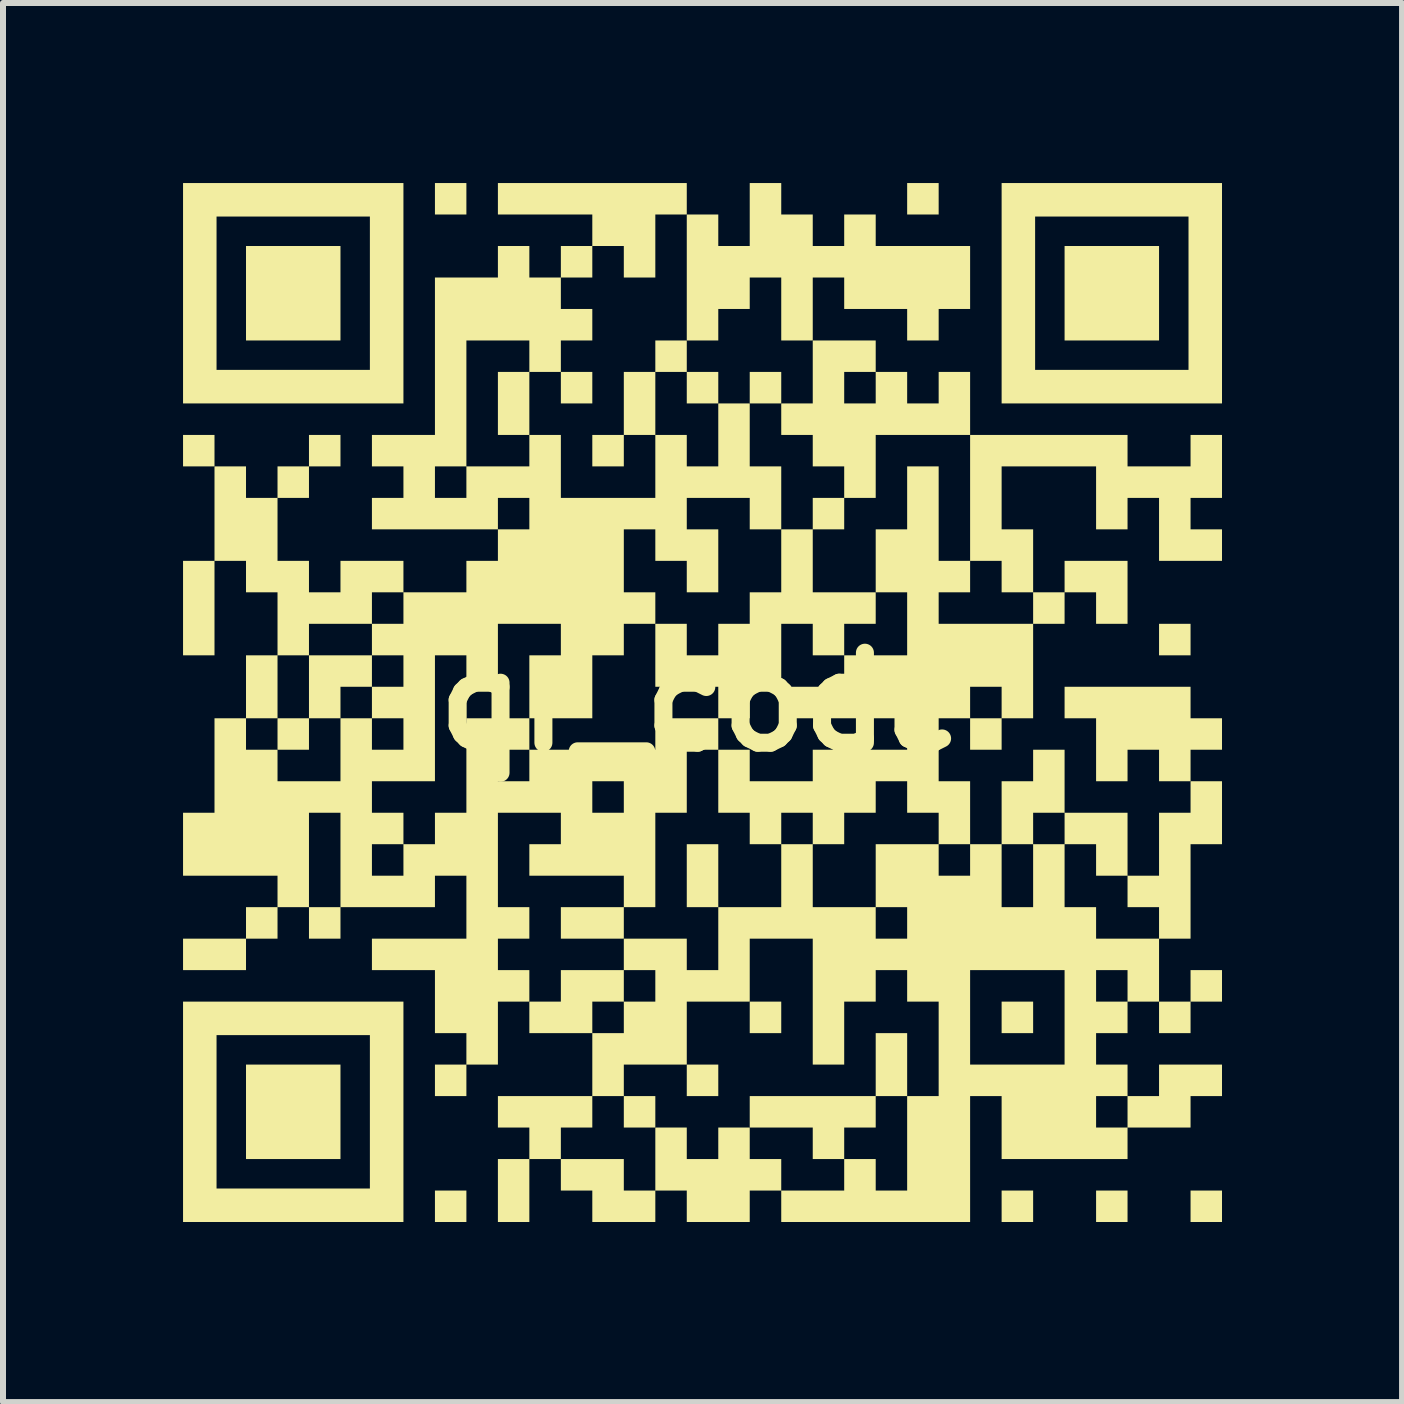
<source format=kicad_pcb>
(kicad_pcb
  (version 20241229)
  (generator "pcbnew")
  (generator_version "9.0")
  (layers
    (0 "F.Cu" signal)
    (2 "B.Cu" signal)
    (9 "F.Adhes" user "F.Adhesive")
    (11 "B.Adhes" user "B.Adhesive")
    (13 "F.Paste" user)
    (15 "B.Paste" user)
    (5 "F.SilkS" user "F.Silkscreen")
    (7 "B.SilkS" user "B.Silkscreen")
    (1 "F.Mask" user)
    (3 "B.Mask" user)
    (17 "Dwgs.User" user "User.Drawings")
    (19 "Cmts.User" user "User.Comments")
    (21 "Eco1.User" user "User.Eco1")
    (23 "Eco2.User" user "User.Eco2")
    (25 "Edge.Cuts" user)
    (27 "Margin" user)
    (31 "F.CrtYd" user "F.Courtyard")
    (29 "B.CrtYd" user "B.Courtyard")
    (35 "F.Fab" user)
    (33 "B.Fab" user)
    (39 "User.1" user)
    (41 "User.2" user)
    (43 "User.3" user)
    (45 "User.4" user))
  (footprint "qr_code"
    (layer "F.Cu")
    (at 8.647 8.647)
    (property "Reference" "qr_code" (at 0 0 0) (layer "F.SilkS") (effects (font (size 1.5 1.5) (thickness 0.3))))
    (attr board_only exclude_from_pos_files exclude_from_bom)
    (fp_poly (pts (xy -8.123 -4.188) (xy -8.123 -3.926) (xy -8.385 -3.926) (xy -8.647 -3.926) (xy -8.647 -4.188) (xy -8.647 -4.45) (xy -8.385 -4.45) (xy -8.123 -4.45)) (stroke (width 0) (type solid)) (fill yes) (layer "F.SilkS"))
    (fp_poly (pts (xy -6.024 -6.811) (xy -6.024 -6.024) (xy -6.811 -6.024) (xy -7.598 -6.024) (xy -7.598 -6.811) (xy -7.598 -7.598) (xy -6.811 -7.598) (xy -6.024 -7.598)) (stroke (width 0) (type solid)) (fill yes) (layer "F.SilkS"))
    (fp_poly (pts (xy -6.024 6.828) (xy -6.024 7.615) (xy -6.811 7.615) (xy -7.598 7.615) (xy -7.598 6.828) (xy -7.598 6.041) (xy -6.811 6.041) (xy -6.024 6.041)) (stroke (width 0) (type solid)) (fill yes) (layer "F.SilkS"))
    (fp_poly (pts (xy -3.926 -8.385) (xy -3.926 -8.123) (xy -4.188 -8.123) (xy -4.45 -8.123) (xy -4.45 -8.385) (xy -4.45 -8.647) (xy -4.188 -8.647) (xy -3.926 -8.647)) (stroke (width 0) (type solid)) (fill yes) (layer "F.SilkS"))
    (fp_poly (pts (xy -3.926 8.402) (xy -3.926 8.664) (xy -4.188 8.664) (xy -4.45 8.664) (xy -4.45 8.402) (xy -4.45 8.14) (xy -4.188 8.14) (xy -3.926 8.14)) (stroke (width 0) (type solid)) (fill yes) (layer "F.SilkS"))
    (fp_poly (pts (xy -2.877 -4.975) (xy -2.877 -4.45) (xy -3.139 -4.45) (xy -3.401 -4.45) (xy -3.401 -4.975) (xy -3.401 -5.5) (xy -3.139 -5.5) (xy -2.877 -5.5)) (stroke (width 0) (type solid)) (fill yes) (layer "F.SilkS"))
    (fp_poly (pts (xy -1.828 -5.237) (xy -1.828 -4.975) (xy -2.09 -4.975) (xy -2.352 -4.975) (xy -2.352 -5.237) (xy -2.352 -5.5) (xy -2.09 -5.5) (xy -1.828 -5.5)) (stroke (width 0) (type solid)) (fill yes) (layer "F.SilkS"))
    (fp_poly (pts (xy -1.303 3.681) (xy -1.303 3.943) (xy -1.828 3.943) (xy -2.352 3.943) (xy -2.352 3.681) (xy -2.352 3.418) (xy -1.828 3.418) (xy -1.303 3.418)) (stroke (width 0) (type solid)) (fill yes) (layer "F.SilkS"))
    (fp_poly (pts (xy -0.778 6.828) (xy -0.778 7.09) (xy -1.041 7.09) (xy -1.303 7.09) (xy -1.303 6.828) (xy -1.303 6.566) (xy -1.041 6.566) (xy -0.778 6.566)) (stroke (width 0) (type solid)) (fill yes) (layer "F.SilkS"))
    (fp_poly (pts (xy 0.271 -5.237) (xy 0.271 -4.975) (xy 0.008 -4.975) (xy -0.254 -4.975) (xy -0.254 -5.237) (xy -0.254 -5.5) (xy 0.008 -5.5) (xy 0.271 -5.5)) (stroke (width 0) (type solid)) (fill yes) (layer "F.SilkS"))
    (fp_poly (pts (xy 0.271 2.894) (xy 0.271 3.418) (xy 0.008 3.418) (xy -0.254 3.418) (xy -0.254 2.894) (xy -0.254 2.369) (xy 0.008 2.369) (xy 0.271 2.369)) (stroke (width 0) (type solid)) (fill yes) (layer "F.SilkS"))
    (fp_poly (pts (xy 0.271 6.303) (xy 0.271 6.566) (xy 0.008 6.566) (xy -0.254 6.566) (xy -0.254 6.303) (xy -0.254 6.041) (xy 0.008 6.041) (xy 0.271 6.041)) (stroke (width 0) (type solid)) (fill yes) (layer "F.SilkS"))
    (fp_poly (pts (xy 1.32 -5.237) (xy 1.32 -4.975) (xy 1.058 -4.975) (xy 0.795 -4.975) (xy 0.795 -5.237) (xy 0.795 -5.5) (xy 1.058 -5.5) (xy 1.32 -5.5)) (stroke (width 0) (type solid)) (fill yes) (layer "F.SilkS"))
    (fp_poly (pts (xy 1.32 5.254) (xy 1.32 5.517) (xy 1.058 5.517) (xy 0.795 5.517) (xy 0.795 5.254) (xy 0.795 4.992) (xy 1.058 4.992) (xy 1.32 4.992)) (stroke (width 0) (type solid)) (fill yes) (layer "F.SilkS"))
    (fp_poly (pts (xy 3.943 -8.385) (xy 3.943 -8.123) (xy 3.681 -8.123) (xy 3.418 -8.123) (xy 3.418 -8.385) (xy 3.418 -8.647) (xy 3.681 -8.647) (xy 3.943 -8.647)) (stroke (width 0) (type solid)) (fill yes) (layer "F.SilkS"))
    (fp_poly (pts (xy 5.517 5.254) (xy 5.517 5.517) (xy 5.254 5.517) (xy 4.992 5.517) (xy 4.992 5.254) (xy 4.992 4.992) (xy 5.254 4.992) (xy 5.517 4.992)) (stroke (width 0) (type solid)) (fill yes) (layer "F.SilkS"))
    (fp_poly (pts (xy 5.517 8.402) (xy 5.517 8.664) (xy 5.254 8.664) (xy 4.992 8.664) (xy 4.992 8.402) (xy 4.992 8.14) (xy 5.254 8.14) (xy 5.517 8.14)) (stroke (width 0) (type solid)) (fill yes) (layer "F.SilkS"))
    (fp_poly (pts (xy 7.09 8.402) (xy 7.09 8.664) (xy 6.828 8.664) (xy 6.566 8.664) (xy 6.566 8.402) (xy 6.566 8.14) (xy 6.828 8.14) (xy 7.09 8.14)) (stroke (width 0) (type solid)) (fill yes) (layer "F.SilkS"))
    (fp_poly (pts (xy 7.615 -6.811) (xy 7.615 -6.024) (xy 6.828 -6.024) (xy 6.041 -6.024) (xy 6.041 -6.811) (xy 6.041 -7.598) (xy 6.828 -7.598) (xy 7.615 -7.598)) (stroke (width 0) (type solid)) (fill yes) (layer "F.SilkS"))
    (fp_poly (pts (xy 8.14 -1.041) (xy 8.14 -0.778) (xy 7.877 -0.778) (xy 7.615 -0.778) (xy 7.615 -1.041) (xy 7.615 -1.303) (xy 7.877 -1.303) (xy 8.14 -1.303)) (stroke (width 0) (type solid)) (fill yes) (layer "F.SilkS"))
    (fp_poly (pts (xy 8.664 8.402) (xy 8.664 8.664) (xy 8.402 8.664) (xy 8.14 8.664) (xy 8.14 8.402) (xy 8.14 8.14) (xy 8.402 8.14) (xy 8.664 8.14)) (stroke (width 0) (type solid)) (fill yes) (layer "F.SilkS"))
    (fp_poly (pts (xy -4.975 -6.811) (xy -4.975 -4.975) (xy -6.811 -4.975) (xy -8.647 -4.975) (xy -8.647 -6.811) (xy -8.089 -6.811) (xy -8.089 -5.534) (xy -6.811 -5.534) (xy -5.534 -5.534) (xy -5.534 -6.811) (xy -5.534 -8.089) (xy -6.811 -8.089) (xy -8.089 -8.089) (xy -8.089 -6.811) (xy -8.647 -6.811) (xy -8.647 -8.647) (xy -6.811 -8.647) (xy -4.975 -8.647)) (stroke (width 0) (type solid)) (fill yes) (layer "F.SilkS"))
    (fp_poly (pts (xy -4.975 6.828) (xy -4.975 8.664) (xy -6.811 8.664) (xy -8.647 8.664) (xy -8.647 6.828) (xy -8.089 6.828) (xy -8.089 8.106) (xy -6.811 8.106) (xy -5.534 8.106) (xy -5.534 6.828) (xy -5.534 5.55) (xy -6.811 5.55) (xy -8.089 5.55) (xy -8.089 6.828) (xy -8.647 6.828) (xy -8.647 4.992) (xy -6.811 4.992) (xy -4.975 4.992)) (stroke (width 0) (type solid)) (fill yes) (layer "F.SilkS"))
    (fp_poly (pts (xy 8.664 -6.811) (xy 8.664 -4.975) (xy 6.828 -4.975) (xy 4.992 -4.975) (xy 4.992 -6.811) (xy 5.55 -6.811) (xy 5.55 -5.534) (xy 6.828 -5.534) (xy 8.106 -5.534) (xy 8.106 -6.811) (xy 8.106 -8.089) (xy 6.828 -8.089) (xy 5.55 -8.089) (xy 5.55 -6.811) (xy 4.992 -6.811) (xy 4.992 -8.647) (xy 6.828 -8.647) (xy 8.664 -8.647)) (stroke (width 0) (type solid)) (fill yes) (layer "F.SilkS"))
    (fp_poly (pts (xy -5.5 -0.516) (xy -5.5 -0.254) (xy -5.762 -0.254) (xy -6.024 -0.254) (xy -6.024 0.008) (xy -6.024 0.271) (xy -6.287 0.271) (xy -6.549 0.271) (xy -6.549 0.533) (xy -6.549 0.795) (xy -6.811 0.795) (xy -7.073 0.795) (xy -7.073 0.533) (xy -7.073 0.271) (xy -6.811 0.271) (xy -6.549 0.271) (xy -6.549 -0.254) (xy -6.549 -0.778) (xy -6.024 -0.778) (xy -5.5 -0.778)) (stroke (width 0) (type solid)) (fill yes) (layer "F.SilkS"))
    (fp_poly (pts (xy -0.254 -5.762) (xy -0.254 -5.5) (xy -0.516 -5.5) (xy -0.778 -5.5) (xy -0.778 -4.975) (xy -0.778 -4.45) (xy -1.041 -4.45) (xy -1.303 -4.45) (xy -1.303 -4.188) (xy -1.303 -3.926) (xy -1.565 -3.926) (xy -1.828 -3.926) (xy -1.828 -4.188) (xy -1.828 -4.45) (xy -1.565 -4.45) (xy -1.303 -4.45) (xy -1.303 -4.975) (xy -1.303 -5.5) (xy -1.041 -5.5) (xy -0.778 -5.5) (xy -0.778 -5.762) (xy -0.778 -6.024) (xy -0.516 -6.024) (xy -0.254 -6.024)) (stroke (width 0) (type solid)) (fill yes) (layer "F.SilkS"))
    (fp_poly (pts (xy 3.418 6.041) (xy 3.418 6.566) (xy 3.156 6.566) (xy 2.894 6.566) (xy 2.894 6.828) (xy 2.894 7.09) (xy 2.631 7.09) (xy 2.369 7.09) (xy 2.369 7.353) (xy 2.369 7.615) (xy 2.107 7.615) (xy 1.845 7.615) (xy 1.845 7.353) (xy 1.845 7.09) (xy 1.32 7.09) (xy 0.795 7.09) (xy 0.795 6.828) (xy 0.795 6.566) (xy 1.845 6.566) (xy 2.894 6.566) (xy 2.894 6.041) (xy 2.894 5.517) (xy 3.156 5.517) (xy 3.418 5.517)) (stroke (width 0) (type solid)) (fill yes) (layer "F.SilkS"))
    (fp_poly (pts (xy 8.14 0.008) (xy 8.14 0.271) (xy 8.402 0.271) (xy 8.664 0.271) (xy 8.664 0.533) (xy 8.664 0.795) (xy 8.402 0.795) (xy 8.14 0.795) (xy 8.14 1.058) (xy 8.14 1.32) (xy 7.877 1.32) (xy 7.615 1.32) (xy 7.615 1.058) (xy 7.615 0.795) (xy 7.353 0.795) (xy 7.09 0.795) (xy 7.09 1.058) (xy 7.09 1.32) (xy 6.828 1.32) (xy 6.566 1.32) (xy 6.566 0.795) (xy 6.566 0.271) (xy 6.303 0.271) (xy 6.041 0.271) (xy 6.041 0.008) (xy 6.041 -0.254) (xy 7.09 -0.254) (xy 8.14 -0.254)) (stroke (width 0) (type solid)) (fill yes) (layer "F.SilkS"))
    (fp_poly (pts (xy 2.894 -5.762) (xy 2.894 -5.5) (xy 2.631 -5.5) (xy 2.369 -5.5) (xy 2.369 -5.237) (xy 2.369 -4.975) (xy 2.631 -4.975) (xy 2.894 -4.975) (xy 2.894 -5.237) (xy 2.894 -5.5) (xy 3.156 -5.5) (xy 3.418 -5.5) (xy 3.418 -5.237) (xy 3.418 -4.975) (xy 3.681 -4.975) (xy 3.943 -4.975) (xy 3.943 -5.237) (xy 3.943 -5.5) (xy 4.205 -5.5) (xy 4.467 -5.5) (xy 4.467 -4.975) (xy 4.467 -4.45) (xy 3.681 -4.45) (xy 2.894 -4.45) (xy 2.894 -3.926) (xy 2.894 -3.401) (xy 2.631 -3.401) (xy 2.369 -3.401) (xy 2.369 -3.664) (xy 2.369 -3.926) (xy 2.107 -3.926) (xy 1.845 -3.926) (xy 1.845 -4.188) (xy 1.845 -4.45) (xy 1.582 -4.45) (xy 1.32 -4.45) (xy 1.32 -4.713) (xy 1.32 -4.975) (xy 1.582 -4.975) (xy 1.845 -4.975) (xy 1.845 -5.5) (xy 1.845 -6.024) (xy 2.369 -6.024) (xy 2.894 -6.024)) (stroke (width 0) (type solid)) (fill yes) (layer "F.SilkS"))
    (fp_poly (pts (xy 2.369 -3.139) (xy 2.369 -2.877) (xy 2.107 -2.877) (xy 1.845 -2.877) (xy 1.845 -2.352) (xy 1.845 -1.828) (xy 2.369 -1.828) (xy 2.894 -1.828) (xy 2.894 -1.565) (xy 2.894 -1.303) (xy 2.631 -1.303) (xy 2.369 -1.303) (xy 2.369 -1.041) (xy 2.369 -0.778) (xy 2.107 -0.778) (xy 1.845 -0.778) (xy 1.845 -1.041) (xy 1.845 -1.303) (xy 1.582 -1.303) (xy 1.32 -1.303) (xy 1.32 -0.778) (xy 1.32 -0.254) (xy 1.058 -0.254) (xy 0.795 -0.254) (xy 0.795 0.008) (xy 0.795 0.271) (xy 0.533 0.271) (xy 0.271 0.271) (xy 0.271 0.008) (xy 0.271 -0.254) (xy -0.254 -0.254) (xy -0.778 -0.254) (xy -0.778 -0.778) (xy -0.778 -1.303) (xy -0.516 -1.303) (xy -0.254 -1.303) (xy -0.254 -1.041) (xy -0.254 -0.778) (xy 0.008 -0.778) (xy 0.271 -0.778) (xy 0.271 -1.041) (xy 0.271 -1.303) (xy 0.533 -1.303) (xy 0.795 -1.303) (xy 0.795 -1.565) (xy 0.795 -1.828) (xy 1.058 -1.828) (xy 1.32 -1.828) (xy 1.32 -2.352) (xy 1.32 -2.877) (xy 1.582 -2.877) (xy 1.845 -2.877) (xy 1.845 -3.139) (xy 1.845 -3.401) (xy 2.107 -3.401) (xy 2.369 -3.401)) (stroke (width 0) (type solid)) (fill yes) (layer "F.SilkS"))
    (fp_poly (pts (xy 1.32 -8.385) (xy 1.32 -8.123) (xy 1.582 -8.123) (xy 1.845 -8.123) (xy 1.845 -7.86) (xy 1.845 -7.598) (xy 2.107 -7.598) (xy 2.369 -7.598) (xy 2.369 -7.86) (xy 2.369 -8.123) (xy 2.631 -8.123) (xy 2.894 -8.123) (xy 2.894 -7.86) (xy 2.894 -7.598) (xy 3.681 -7.598) (xy 4.467 -7.598) (xy 4.467 -7.073) (xy 4.467 -6.549) (xy 4.205 -6.549) (xy 3.943 -6.549) (xy 3.943 -6.287) (xy 3.943 -6.024) (xy 3.681 -6.024) (xy 3.418 -6.024) (xy 3.418 -6.287) (xy 3.418 -6.549) (xy 2.894 -6.549) (xy 2.369 -6.549) (xy 2.369 -6.811) (xy 2.369 -7.073) (xy 2.107 -7.073) (xy 1.845 -7.073) (xy 1.845 -6.549) (xy 1.845 -6.024) (xy 1.582 -6.024) (xy 1.32 -6.024) (xy 1.32 -6.549) (xy 1.32 -7.073) (xy 1.058 -7.073) (xy 0.795 -7.073) (xy 0.795 -6.811) (xy 0.795 -6.549) (xy 0.533 -6.549) (xy 0.271 -6.549) (xy 0.271 -6.287) (xy 0.271 -6.024) (xy 0.008 -6.024) (xy -0.254 -6.024) (xy -0.254 -7.073) (xy -0.254 -8.123) (xy 0.008 -8.123) (xy 0.271 -8.123) (xy 0.271 -7.86) (xy 0.271 -7.598) (xy 0.533 -7.598) (xy 0.795 -7.598) (xy 0.795 -8.123) (xy 0.795 -8.647) (xy 1.058 -8.647) (xy 1.32 -8.647)) (stroke (width 0) (type solid)) (fill yes) (layer "F.SilkS"))
    (fp_poly (pts (xy -0.254 -8.385) (xy -0.254 -8.123) (xy -0.516 -8.123) (xy -0.778 -8.123) (xy -0.778 -7.598) (xy -0.778 -7.073) (xy -1.041 -7.073) (xy -1.303 -7.073) (xy -1.303 -7.336) (xy -1.303 -7.598) (xy -1.565 -7.598) (xy -1.828 -7.598) (xy -1.828 -7.336) (xy -1.828 -7.073) (xy -2.09 -7.073) (xy -2.352 -7.073) (xy -2.352 -6.811) (xy -2.352 -6.549) (xy -2.09 -6.549) (xy -1.828 -6.549) (xy -1.828 -6.287) (xy -1.828 -6.024) (xy -2.09 -6.024) (xy -2.352 -6.024) (xy -2.352 -5.762) (xy -2.352 -5.5) (xy -2.614 -5.5) (xy -2.877 -5.5) (xy -2.877 -5.762) (xy -2.877 -6.024) (xy -3.401 -6.024) (xy -3.926 -6.024) (xy -3.926 -4.975) (xy -3.926 -3.926) (xy -4.188 -3.926) (xy -4.45 -3.926) (xy -4.45 -3.664) (xy -4.45 -3.401) (xy -4.188 -3.401) (xy -3.926 -3.401) (xy -3.926 -3.664) (xy -3.926 -3.926) (xy -3.401 -3.926) (xy -2.877 -3.926) (xy -2.877 -4.188) (xy -2.877 -4.45) (xy -2.614 -4.45) (xy -2.352 -4.45) (xy -2.352 -3.926) (xy -2.352 -3.401) (xy -1.565 -3.401) (xy -0.778 -3.401) (xy -0.778 -3.926) (xy -0.778 -4.45) (xy -0.516 -4.45) (xy -0.254 -4.45) (xy -0.254 -4.188) (xy -0.254 -3.926) (xy 0.008 -3.926) (xy 0.271 -3.926) (xy 0.271 -4.45) (xy 0.271 -4.975) (xy 0.533 -4.975) (xy 0.795 -4.975) (xy 0.795 -4.45) (xy 0.795 -3.926) (xy 1.058 -3.926) (xy 1.32 -3.926) (xy 1.32 -3.401) (xy 1.32 -2.877) (xy 1.058 -2.877) (xy 0.795 -2.877) (xy 0.795 -3.139) (xy 0.795 -3.401) (xy 0.271 -3.401) (xy -0.254 -3.401) (xy -0.254 -3.139) (xy -0.254 -2.877) (xy 0.008 -2.877) (xy 0.271 -2.877) (xy 0.271 -2.352) (xy 0.271 -1.828) (xy 0.008 -1.828) (xy -0.254 -1.828) (xy -0.254 -2.09) (xy -0.254 -2.352) (xy -0.516 -2.352) (xy -0.778 -2.352) (xy -0.778 -2.614) (xy -0.778 -2.877) (xy -1.041 -2.877) (xy -1.303 -2.877) (xy -1.303 -2.352) (xy -1.303 -1.828) (xy -1.041 -1.828) (xy -0.778 -1.828) (xy -0.778 -1.565) (xy -0.778 -1.303) (xy -1.041 -1.303) (xy -1.303 -1.303) (xy -1.303 -1.041) (xy -1.303 -0.778) (xy -1.565 -0.778) (xy -1.828 -0.778) (xy -1.828 -0.254) (xy -1.828 0.271) (xy -2.352 0.271) (xy -2.877 0.271) (xy -2.877 -0.254) (xy -2.877 -0.778) (xy -2.614 -0.778) (xy -2.352 -0.778) (xy -2.352 -1.041) (xy -2.352 -1.303) (xy -2.877 -1.303) (xy -3.401 -1.303) (xy -3.401 -0.778) (xy -3.401 -0.254) (xy -3.664 -0.254) (xy -3.926 -0.254) (xy -3.926 -0.516) (xy -3.926 -0.778) (xy -4.188 -0.778) (xy -4.45 -0.778) (xy -4.45 0.271) (xy -4.45 1.32) (xy -4.975 1.32) (xy -5.5 1.32) (xy -5.5 1.582) (xy -5.5 1.845) (xy -5.237 1.845) (xy -4.975 1.845) (xy -4.975 2.107) (xy -4.975 2.369) (xy -5.237 2.369) (xy -5.5 2.369) (xy -5.5 2.631) (xy -5.5 2.894) (xy -5.237 2.894) (xy -4.975 2.894) (xy -4.975 2.631) (xy -4.975 2.369) (xy -4.713 2.369) (xy -4.45 2.369) (xy -4.45 2.107) (xy -4.45 1.845) (xy -4.188 1.845) (xy -3.926 1.845) (xy -3.926 1.582) (xy -1.828 1.582) (xy -1.828 1.845) (xy -1.565 1.845) (xy -1.303 1.845) (xy -1.303 1.582) (xy -1.303 1.32) (xy -1.565 1.32) (xy -1.828 1.32) (xy -1.828 1.582) (xy -3.926 1.582) (xy -3.926 1.058) (xy -3.926 0.271) (xy -3.401 0.271) (xy -2.877 0.271) (xy -2.877 0.533) (xy -2.877 0.795) (xy -3.139 0.795) (xy -3.401 0.795) (xy -3.401 1.058) (xy -3.401 1.32) (xy -3.139 1.32) (xy -2.877 1.32) (xy -2.877 1.058) (xy -2.877 0.795) (xy -1.828 0.795) (xy -0.778 0.795) (xy -0.778 0.533) (xy -0.778 0.271) (xy -0.254 0.271) (xy 0.271 0.271) (xy 0.271 0.533) (xy 0.271 0.795) (xy 0.008 0.795) (xy -0.254 0.795) (xy -0.254 1.32) (xy -0.254 1.845) (xy -0.516 1.845) (xy -0.778 1.845) (xy -0.778 2.631) (xy -0.778 3.418) (xy -1.041 3.418) (xy -1.303 3.418) (xy -1.303 3.156) (xy -1.303 2.894) (xy -2.09 2.894) (xy -2.877 2.894) (xy -2.877 2.631) (xy -2.877 2.369) (xy -2.614 2.369) (xy -2.352 2.369) (xy -2.352 2.107) (xy -2.352 1.845) (xy -2.877 1.845) (xy -3.401 1.845) (xy -3.401 2.631) (xy -3.401 3.418) (xy -3.139 3.418) (xy -2.877 3.418) (xy -2.877 3.681) (xy -2.877 3.943) (xy -3.139 3.943) (xy -3.401 3.943) (xy -3.401 4.205) (xy -3.401 4.467) (xy -3.139 4.467) (xy -2.877 4.467) (xy -2.877 4.73) (xy -2.877 4.992) (xy -2.614 4.992) (xy -2.352 4.992) (xy -1.828 4.992) (xy -1.828 5.254) (xy -1.828 5.517) (xy -1.565 5.517) (xy -1.303 5.517) (xy -1.303 5.254) (xy -1.303 4.992) (xy -1.041 4.992) (xy -0.778 4.992) (xy -0.778 4.73) (xy -0.778 4.467) (xy -1.041 4.467) (xy -1.303 4.467) (xy -1.303 4.73) (xy -1.303 4.992) (xy -1.565 4.992) (xy -1.828 4.992) (xy -2.352 4.992) (xy -2.352 4.73) (xy -2.352 4.467) (xy -1.828 4.467) (xy -1.303 4.467) (xy -1.303 4.205) (xy -1.303 3.943) (xy -0.778 3.943) (xy -0.254 3.943) (xy -0.254 4.205) (xy -0.254 4.467) (xy 0.008 4.467) (xy 0.271 4.467) (xy 0.271 3.943) (xy 0.271 3.681) (xy 2.894 3.681) (xy 2.894 3.943) (xy 3.156 3.943) (xy 3.418 3.943) (xy 3.418 3.681) (xy 3.418 3.418) (xy 3.156 3.418) (xy 2.894 3.418) (xy 2.894 3.681) (xy 0.271 3.681) (xy 0.271 3.418) (xy 0.795 3.418) (xy 1.32 3.418) (xy 1.32 2.894) (xy 1.32 2.369) (xy 1.582 2.369) (xy 1.845 2.369) (xy 1.845 2.894) (xy 1.845 3.418) (xy 2.369 3.418) (xy 2.894 3.418) (xy 2.894 2.894) (xy 2.894 2.631) (xy 3.943 2.631) (xy 3.943 2.894) (xy 4.205 2.894) (xy 4.467 2.894) (xy 4.467 2.631) (xy 4.467 2.369) (xy 4.205 2.369) (xy 3.943 2.369) (xy 3.943 2.631) (xy 2.894 2.631) (xy 2.894 2.369) (xy 3.418 2.369) (xy 3.943 2.369) (xy 3.943 2.107) (xy 3.943 1.845) (xy 3.681 1.845) (xy 3.418 1.845) (xy 3.418 1.582) (xy 3.418 1.32) (xy 3.156 1.32) (xy 2.894 1.32) (xy 2.894 1.582) (xy 2.894 1.845) (xy 2.631 1.845) (xy 2.369 1.845) (xy 2.369 2.107) (xy 2.369 2.369) (xy 2.107 2.369) (xy 1.845 2.369) (xy 1.845 2.107) (xy 1.845 1.845) (xy 1.582 1.845) (xy 1.32 1.845) (xy 1.32 2.107) (xy 1.32 2.369) (xy 1.058 2.369) (xy 0.795 2.369) (xy 0.795 2.107) (xy 0.795 1.845) (xy 0.533 1.845) (xy 0.271 1.845) (xy 0.271 1.32) (xy 0.271 0.795) (xy 0.533 0.795) (xy 0.795 0.795) (xy 0.795 1.058) (xy 0.795 1.32) (xy 1.32 1.32) (xy 1.845 1.32) (xy 1.845 1.058) (xy 1.845 0.795) (xy 2.631 0.795) (xy 3.418 0.795) (xy 3.418 0.533) (xy 3.418 0.271) (xy 2.369 0.271) (xy 1.32 0.271) (xy 1.32 0.008) (xy 4.467 0.008) (xy 4.467 0.271) (xy 4.73 0.271) (xy 4.992 0.271) (xy 4.992 0.008) (xy 4.992 -0.254) (xy 4.73 -0.254) (xy 4.467 -0.254) (xy 4.467 0.008) (xy 1.32 0.008) (xy 1.32 -0.254) (xy 1.845 -0.254) (xy 2.369 -0.254) (xy 2.369 -0.516) (xy 2.369 -0.778) (xy 2.894 -0.778) (xy 3.418 -0.778) (xy 3.418 -1.303) (xy 3.418 -1.828) (xy 3.943 -1.828) (xy 3.943 -1.565) (xy 3.943 -1.303) (xy 4.73 -1.303) (xy 5.517 -1.303) (xy 5.517 -1.565) (xy 5.517 -1.828) (xy 5.254 -1.828) (xy 4.992 -1.828) (xy 4.992 -2.09) (xy 4.992 -2.352) (xy 4.73 -2.352) (xy 4.467 -2.352) (xy 4.467 -2.09) (xy 4.467 -1.828) (xy 4.205 -1.828) (xy 3.943 -1.828) (xy 3.418 -1.828) (xy 3.156 -1.828) (xy 2.894 -1.828) (xy 2.894 -2.352) (xy 2.894 -2.877) (xy 3.156 -2.877) (xy 3.418 -2.877) (xy 3.418 -3.401) (xy 3.418 -3.926) (xy 3.681 -3.926) (xy 3.943 -3.926) (xy 3.943 -3.139) (xy 3.943 -2.352) (xy 4.205 -2.352) (xy 4.467 -2.352) (xy 4.467 -3.401) (xy 4.467 -4.45) (xy 5.779 -4.45) (xy 7.09 -4.45) (xy 7.09 -4.188) (xy 7.09 -3.926) (xy 7.615 -3.926) (xy 8.14 -3.926) (xy 8.14 -4.188) (xy 8.14 -4.45) (xy 8.402 -4.45) (xy 8.664 -4.45) (xy 8.664 -3.926) (xy 8.664 -3.401) (xy 8.402 -3.401) (xy 8.14 -3.401) (xy 8.14 -3.139) (xy 8.14 -2.877) (xy 8.402 -2.877) (xy 8.664 -2.877) (xy 8.664 -2.614) (xy 8.664 -2.352) (xy 8.14 -2.352) (xy 7.615 -2.352) (xy 7.615 -2.877) (xy 7.615 -3.401) (xy 7.353 -3.401) (xy 7.09 -3.401) (xy 7.09 -3.139) (xy 7.09 -2.877) (xy 6.828 -2.877) (xy 6.566 -2.877) (xy 6.566 -3.401) (xy 6.566 -3.926) (xy 5.779 -3.926) (xy 4.992 -3.926) (xy 4.992 -3.401) (xy 4.992 -2.877) (xy 5.254 -2.877) (xy 5.517 -2.877) (xy 5.517 -2.352) (xy 5.517 -1.828) (xy 5.779 -1.828) (xy 6.041 -1.828) (xy 6.041 -2.09) (xy 6.041 -2.352) (xy 6.566 -2.352) (xy 7.09 -2.352) (xy 7.09 -1.828) (xy 7.09 -1.303) (xy 6.828 -1.303) (xy 6.566 -1.303) (xy 6.566 -1.565) (xy 6.566 -1.828) (xy 6.303 -1.828) (xy 6.041 -1.828) (xy 6.041 -1.565) (xy 6.041 -1.303) (xy 5.779 -1.303) (xy 5.517 -1.303) (xy 5.517 -0.516) (xy 5.517 0.271) (xy 5.254 0.271) (xy 4.992 0.271) (xy 4.992 0.533) (xy 4.992 0.795) (xy 4.73 0.795) (xy 4.467 0.795) (xy 4.467 0.533) (xy 4.467 0.271) (xy 4.205 0.271) (xy 3.943 0.271) (xy 3.943 0.795) (xy 3.943 1.32) (xy 4.205 1.32) (xy 4.467 1.32) (xy 4.467 1.845) (xy 4.467 2.369) (xy 4.73 2.369) (xy 4.992 2.369) (xy 4.992 1.845) (xy 4.992 1.32) (xy 5.254 1.32) (xy 5.517 1.32) (xy 5.517 1.058) (xy 5.517 0.795) (xy 5.779 0.795) (xy 6.041 0.795) (xy 6.041 1.32) (xy 6.041 1.845) (xy 5.779 1.845) (xy 5.517 1.845) (xy 5.517 2.107) (xy 5.517 2.369) (xy 5.254 2.369) (xy 4.992 2.369) (xy 4.992 2.894) (xy 4.992 3.418) (xy 5.254 3.418) (xy 5.517 3.418) (xy 5.517 2.894) (xy 6.041 2.894) (xy 6.041 3.418) (xy 6.303 3.418) (xy 6.566 3.418) (xy 6.566 3.681) (xy 6.566 3.943) (xy 7.09 3.943) (xy 7.615 3.943) (xy 7.615 3.681) (xy 7.615 3.418) (xy 7.353 3.418) (xy 7.09 3.418) (xy 7.09 3.156) (xy 7.09 2.894) (xy 6.828 2.894) (xy 6.566 2.894) (xy 6.566 2.631) (xy 6.566 2.369) (xy 6.303 2.369) (xy 6.041 2.369) (xy 6.041 2.894) (xy 5.517 2.894) (xy 5.517 2.369) (xy 5.779 2.369) (xy 6.041 2.369) (xy 6.041 2.107) (xy 6.041 1.845) (xy 6.566 1.845) (xy 7.09 1.845) (xy 7.09 2.369) (xy 7.09 2.894) (xy 7.353 2.894) (xy 7.615 2.894) (xy 7.615 2.369) (xy 7.615 1.845) (xy 7.877 1.845) (xy 8.14 1.845) (xy 8.14 1.582) (xy 8.14 1.32) (xy 8.402 1.32) (xy 8.664 1.32) (xy 8.664 1.845) (xy 8.664 2.369) (xy 8.402 2.369) (xy 8.14 2.369) (xy 8.14 3.156) (xy 8.14 3.943) (xy 7.877 3.943) (xy 7.615 3.943) (xy 7.615 4.467) (xy 7.615 4.992) (xy 7.877 4.992) (xy 8.14 4.992) (xy 8.14 4.73) (xy 8.14 4.467) (xy 8.402 4.467) (xy 8.664 4.467) (xy 8.664 4.73) (xy 8.664 4.992) (xy 8.402 4.992) (xy 8.14 4.992) (xy 8.14 5.254) (xy 8.14 5.517) (xy 7.877 5.517) (xy 7.615 5.517) (xy 7.615 5.254) (xy 7.615 4.992) (xy 7.353 4.992) (xy 7.09 4.992) (xy 7.09 5.254) (xy 7.09 5.517) (xy 6.828 5.517) (xy 6.566 5.517) (xy 6.566 5.779) (xy 6.566 6.041) (xy 6.828 6.041) (xy 7.09 6.041) (xy 7.09 6.303) (xy 7.09 6.566) (xy 7.353 6.566) (xy 7.615 6.566) (xy 7.615 6.303) (xy 7.615 6.041) (xy 8.14 6.041) (xy 8.664 6.041) (xy 8.664 6.303) (xy 8.664 6.566) (xy 8.402 6.566) (xy 8.14 6.566) (xy 8.14 6.828) (xy 8.14 7.09) (xy 7.615 7.09) (xy 7.09 7.09) (xy 7.09 7.353) (xy 7.09 7.615) (xy 6.041 7.615) (xy 4.992 7.615) (xy 4.992 7.09) (xy 4.992 6.828) (xy 6.566 6.828) (xy 6.566 7.09) (xy 6.828 7.09) (xy 7.09 7.09) (xy 7.09 6.828) (xy 7.09 6.566) (xy 6.828 6.566) (xy 6.566 6.566) (xy 6.566 6.828) (xy 4.992 6.828) (xy 4.992 6.566) (xy 4.73 6.566) (xy 4.467 6.566) (xy 4.467 7.615) (xy 4.467 8.664) (xy 2.894 8.664) (xy 1.32 8.664) (xy 1.32 8.402) (xy 1.32 8.14) (xy 1.058 8.14) (xy 0.795 8.14) (xy 0.795 8.402) (xy 0.795 8.664) (xy 0.271 8.664) (xy -0.254 8.664) (xy -0.254 8.402) (xy -0.254 8.14) (xy -0.516 8.14) (xy -0.778 8.14) (xy -0.778 8.402) (xy -0.778 8.664) (xy -1.303 8.664) (xy -1.828 8.664) (xy -1.828 8.402) (xy -1.828 8.14) (xy -2.09 8.14) (xy -2.352 8.14) (xy -2.352 7.877) (xy -2.352 7.615) (xy -1.828 7.615) (xy -1.303 7.615) (xy -1.303 7.877) (xy -1.303 8.14) (xy -1.041 8.14) (xy -0.778 8.14) (xy -0.778 7.615) (xy -0.778 7.09) (xy -0.516 7.09) (xy -0.254 7.09) (xy -0.254 7.353) (xy -0.254 7.615) (xy 0.008 7.615) (xy 0.271 7.615) (xy 0.271 7.353) (xy 0.271 7.09) (xy 0.533 7.09) (xy 0.795 7.09) (xy 0.795 7.353) (xy 0.795 7.615) (xy 1.058 7.615) (xy 1.32 7.615) (xy 1.32 7.877) (xy 1.32 8.14) (xy 1.845 8.14) (xy 2.369 8.14) (xy 2.369 7.877) (xy 2.369 7.615) (xy 2.631 7.615) (xy 2.894 7.615) (xy 2.894 7.877) (xy 2.894 8.14) (xy 3.156 8.14) (xy 3.418 8.14) (xy 3.418 7.353) (xy 3.418 6.566) (xy 3.681 6.566) (xy 3.943 6.566) (xy 3.943 5.779) (xy 3.943 5.254) (xy 4.467 5.254) (xy 4.467 6.041) (xy 5.254 6.041) (xy 6.041 6.041) (xy 6.041 5.254) (xy 6.041 4.73) (xy 6.566 4.73) (xy 6.566 4.992) (xy 6.828 4.992) (xy 7.09 4.992) (xy 7.09 4.73) (xy 7.09 4.467) (xy 6.828 4.467) (xy 6.566 4.467) (xy 6.566 4.73) (xy 6.041 4.73) (xy 6.041 4.467) (xy 5.254 4.467) (xy 4.467 4.467) (xy 4.467 5.254) (xy 3.943 5.254) (xy 3.943 4.992) (xy 3.681 4.992) (xy 3.418 4.992) (xy 3.418 4.73) (xy 3.418 4.467) (xy 3.156 4.467) (xy 2.894 4.467) (xy 2.894 4.73) (xy 2.894 4.992) (xy 2.631 4.992) (xy 2.369 4.992) (xy 2.369 5.517) (xy 2.369 6.041) (xy 2.107 6.041) (xy 1.845 6.041) (xy 1.845 4.992) (xy 1.845 3.943) (xy 1.32 3.943) (xy 0.795 3.943) (xy 0.795 4.467) (xy 0.795 4.992) (xy 0.271 4.992) (xy -0.254 4.992) (xy -0.254 5.517) (xy -0.254 6.041) (xy -0.778 6.041) (xy -1.303 6.041) (xy -1.303 6.303) (xy -1.303 6.566) (xy -1.565 6.566) (xy -1.828 6.566) (xy -1.828 6.828) (xy -1.828 7.09) (xy -2.09 7.09) (xy -2.352 7.09) (xy -2.352 7.353) (xy -2.352 7.615) (xy -2.614 7.615) (xy -2.877 7.615) (xy -2.877 8.14) (xy -2.877 8.664) (xy -3.139 8.664) (xy -3.401 8.664) (xy -3.401 8.14) (xy -3.401 7.615) (xy -3.139 7.615) (xy -2.877 7.615) (xy -2.877 7.353) (xy -2.877 7.09) (xy -3.139 7.09) (xy -3.401 7.09) (xy -3.401 6.828) (xy -3.401 6.566) (xy -2.614 6.566) (xy -1.828 6.566) (xy -1.828 6.041) (xy -1.828 5.517) (xy -2.352 5.517) (xy -2.877 5.517) (xy -2.877 5.254) (xy -2.877 4.992) (xy -3.139 4.992) (xy -3.401 4.992) (xy -3.401 5.517) (xy -3.401 6.041) (xy -3.664 6.041) (xy -3.926 6.041) (xy -3.926 6.303) (xy -3.926 6.566) (xy -4.188 6.566) (xy -4.45 6.566) (xy -4.45 6.303) (xy -4.45 6.041) (xy -4.188 6.041) (xy -3.926 6.041) (xy -3.926 5.779) (xy -3.926 5.517) (xy -4.188 5.517) (xy -4.45 5.517) (xy -4.45 4.992) (xy -4.45 4.467) (xy -4.975 4.467) (xy -5.5 4.467) (xy -5.5 4.205) (xy -5.5 3.943) (xy -4.713 3.943) (xy -3.926 3.943) (xy -3.926 3.418) (xy -3.926 2.894) (xy -4.188 2.894) (xy -4.45 2.894) (xy -4.45 3.156) (xy -4.45 3.418) (xy -5.237 3.418) (xy -6.024 3.418) (xy -6.024 3.681) (xy -6.024 3.943) (xy -6.287 3.943) (xy -6.549 3.943) (xy -6.549 3.681) (xy -6.549 3.418) (xy -6.811 3.418) (xy -7.073 3.418) (xy -7.073 3.681) (xy -7.073 3.943) (xy -7.336 3.943) (xy -7.598 3.943) (xy -7.598 4.205) (xy -7.598 4.467) (xy -8.123 4.467) (xy -8.647 4.467) (xy -8.647 4.205) (xy -8.647 3.943) (xy -8.123 3.943) (xy -7.598 3.943) (xy -7.598 3.681) (xy -7.598 3.418) (xy -7.336 3.418) (xy -7.073 3.418) (xy -7.073 3.156) (xy -7.073 2.894) (xy -7.86 2.894) (xy -8.647 2.894) (xy -8.647 2.631) (xy -6.549 2.631) (xy -6.549 3.418) (xy -6.287 3.418) (xy -6.024 3.418) (xy -6.024 2.631) (xy -6.024 1.845) (xy -6.287 1.845) (xy -6.549 1.845) (xy -6.549 2.631) (xy -8.647 2.631) (xy -8.647 2.369) (xy -8.647 1.845) (xy -8.385 1.845) (xy -8.123 1.845) (xy -8.123 1.058) (xy -8.123 0.271) (xy -7.86 0.271) (xy -7.598 0.271) (xy -7.598 0.533) (xy -7.598 0.795) (xy -7.336 0.795) (xy -7.073 0.795) (xy -7.073 1.058) (xy -7.073 1.32) (xy -6.549 1.32) (xy -6.024 1.32) (xy -6.024 0.795) (xy -6.024 0.533) (xy -5.5 0.533) (xy -5.5 0.795) (xy -5.237 0.795) (xy -4.975 0.795) (xy -4.975 0.533) (xy -4.975 0.271) (xy -5.237 0.271) (xy -5.5 0.271) (xy -5.5 0.533) (xy -6.024 0.533) (xy -6.024 0.271) (xy -5.762 0.271) (xy -5.5 0.271) (xy -5.5 0.008) (xy -5.5 -0.254) (xy -5.237 -0.254) (xy -4.975 -0.254) (xy -4.975 -0.516) (xy -4.975 -0.778) (xy -5.237 -0.778) (xy -5.5 -0.778) (xy -5.5 -1.041) (xy -5.5 -1.303) (xy -5.237 -1.303) (xy -4.975 -1.303) (xy -4.975 -1.565) (xy -4.975 -1.828) (xy -5.237 -1.828) (xy -5.5 -1.828) (xy -5.5 -1.565) (xy -5.5 -1.303) (xy -6.024 -1.303) (xy -6.549 -1.303) (xy -6.549 -1.041) (xy -6.549 -0.778) (xy -6.811 -0.778) (xy -7.073 -0.778) (xy -7.073 -0.254) (xy -7.073 0.271) (xy -7.336 0.271) (xy -7.598 0.271) (xy -7.598 -0.254) (xy -7.598 -0.778) (xy -7.336 -0.778) (xy -7.073 -0.778) (xy -7.073 -1.303) (xy -7.073 -1.828) (xy -7.336 -1.828) (xy -7.598 -1.828) (xy -7.598 -2.09) (xy -7.598 -2.352) (xy -7.86 -2.352) (xy -8.123 -2.352) (xy -8.123 -1.565) (xy -8.123 -0.778) (xy -8.385 -0.778) (xy -8.647 -0.778) (xy -8.647 -1.565) (xy -8.647 -2.352) (xy -8.385 -2.352) (xy -8.123 -2.352) (xy -8.123 -3.139) (xy -8.123 -3.926) (xy -7.86 -3.926) (xy -7.598 -3.926) (xy -7.598 -3.664) (xy -7.598 -3.401) (xy -7.336 -3.401) (xy -7.073 -3.401) (xy -7.073 -3.664) (xy -7.073 -3.926) (xy -6.811 -3.926) (xy -6.549 -3.926) (xy -6.549 -4.188) (xy -6.549 -4.45) (xy -6.287 -4.45) (xy -6.024 -4.45) (xy -6.024 -4.188) (xy -6.024 -3.926) (xy -6.287 -3.926) (xy -6.549 -3.926) (xy -6.549 -3.664) (xy -6.549 -3.401) (xy -6.811 -3.401) (xy -7.073 -3.401) (xy -7.073 -2.877) (xy -7.073 -2.352) (xy -6.811 -2.352) (xy -6.549 -2.352) (xy -6.549 -2.09) (xy -6.549 -1.828) (xy -6.287 -1.828) (xy -6.024 -1.828) (xy -6.024 -2.09) (xy -6.024 -2.352) (xy -5.5 -2.352) (xy -4.975 -2.352) (xy -4.975 -2.09) (xy -4.975 -1.828) (xy -4.45 -1.828) (xy -3.926 -1.828) (xy -3.926 -2.09) (xy -3.926 -2.352) (xy -3.664 -2.352) (xy -3.401 -2.352) (xy -3.401 -2.614) (xy -3.401 -2.877) (xy -4.45 -2.877) (xy -5.5 -2.877) (xy -5.5 -3.139) (xy -3.401 -3.139) (xy -3.401 -2.877) (xy -3.139 -2.877) (xy -2.877 -2.877) (xy -2.877 -3.139) (xy -2.877 -3.401) (xy -3.139 -3.401) (xy -3.401 -3.401) (xy -3.401 -3.139) (xy -5.5 -3.139) (xy -5.5 -3.401) (xy -5.237 -3.401) (xy -4.975 -3.401) (xy -4.975 -3.664) (xy -4.975 -3.926) (xy -5.237 -3.926) (xy -5.5 -3.926) (xy -5.5 -4.188) (xy -5.5 -4.45) (xy -4.975 -4.45) (xy -4.45 -4.45) (xy -4.45 -5.762) (xy -4.45 -7.073) (xy -3.926 -7.073) (xy -3.401 -7.073) (xy -3.401 -7.336) (xy -3.401 -7.598) (xy -3.139 -7.598) (xy -2.877 -7.598) (xy -2.877 -7.336) (xy -2.877 -7.073) (xy -2.614 -7.073) (xy -2.352 -7.073) (xy -2.352 -7.336) (xy -2.352 -7.598) (xy -2.09 -7.598) (xy -1.828 -7.598) (xy -1.828 -7.86) (xy -1.828 -8.123) (xy -2.614 -8.123) (xy -3.401 -8.123) (xy -3.401 -8.385) (xy -3.401 -8.647) (xy -1.828 -8.647) (xy -0.254 -8.647)) (stroke (width 0) (type solid)) (fill yes) (layer "F.SilkS")))
  (gr_rect
    (start -3 -3)
    (end 20.311 20.311)
    (stroke (width 0.1) (type default))
    (fill no)
    (layer "Edge.Cuts")))
</source>
